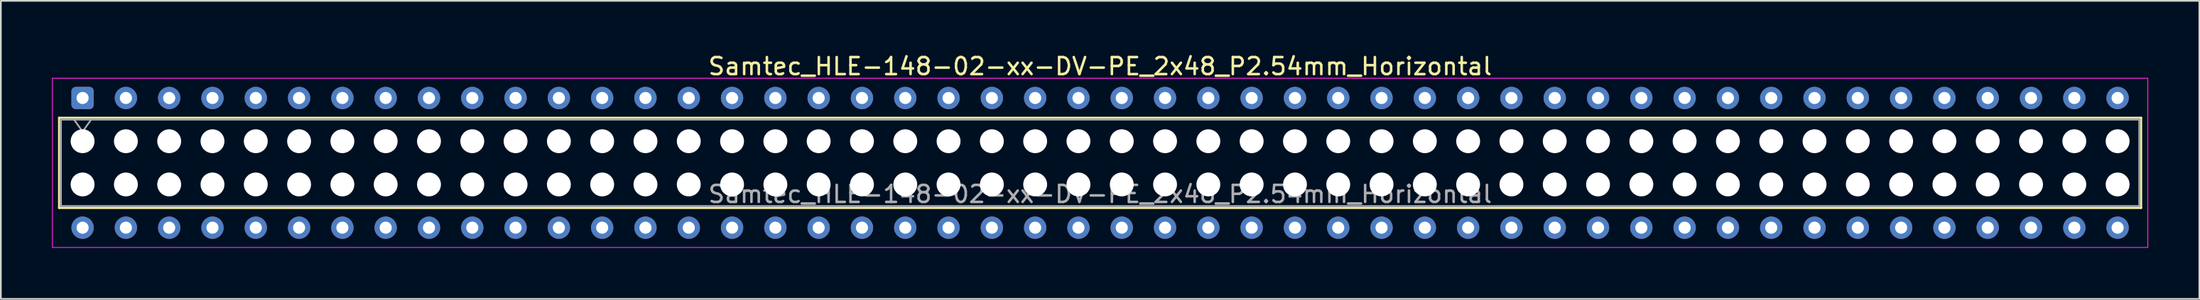
<source format=kicad_pcb>
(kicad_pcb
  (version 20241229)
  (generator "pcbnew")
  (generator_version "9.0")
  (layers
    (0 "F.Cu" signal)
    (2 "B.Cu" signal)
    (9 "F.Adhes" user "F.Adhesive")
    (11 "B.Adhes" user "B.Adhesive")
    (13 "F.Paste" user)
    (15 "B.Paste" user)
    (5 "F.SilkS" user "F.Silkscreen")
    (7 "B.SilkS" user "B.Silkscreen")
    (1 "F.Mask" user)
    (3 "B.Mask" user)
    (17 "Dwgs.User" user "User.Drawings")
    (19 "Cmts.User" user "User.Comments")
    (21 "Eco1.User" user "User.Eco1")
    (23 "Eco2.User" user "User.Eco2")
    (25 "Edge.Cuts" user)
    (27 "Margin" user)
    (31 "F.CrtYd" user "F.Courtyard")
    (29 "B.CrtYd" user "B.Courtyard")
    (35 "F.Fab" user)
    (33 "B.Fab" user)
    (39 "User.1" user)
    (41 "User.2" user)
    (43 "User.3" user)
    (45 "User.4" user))
  (footprint "Samtec_HLE-148-02-xx-DV-PE_2x48_P2.54mm_Horizontal"
    (layer "F.Cu")
    (at 1.795 2.708)
    (property "Reference" "Samtec_HLE-148-02-xx-DV-PE_2x48_P2.54mm_Horizontal" (at 59.69 -1.86 0) (layer "F.SilkS") (effects (font (size 1 1) (thickness 0.15))))
    (attr through_hole)
    (fp_line (start -1.38 1.16) (end 120.76 1.16) (stroke (width 0.12) (type solid)) (layer "F.SilkS"))
    (fp_line (start -1.38 6.46) (end -1.38 1.16) (stroke (width 0.12) (type solid)) (layer "F.SilkS"))
    (fp_line (start 120.76 1.16) (end 120.76 6.46) (stroke (width 0.12) (type solid)) (layer "F.SilkS"))
    (fp_line (start 120.76 6.46) (end -1.38 6.46) (stroke (width 0.12) (type solid)) (layer "F.SilkS"))
    (fp_line (start -1.77 -1.16) (end 121.15 -1.16) (stroke (width 0.05) (type solid)) (layer "F.CrtYd"))
    (fp_line (start -1.77 8.78) (end -1.77 -1.16) (stroke (width 0.05) (type solid)) (layer "F.CrtYd"))
    (fp_line (start 121.15 -1.16) (end 121.15 8.78) (stroke (width 0.05) (type solid)) (layer "F.CrtYd"))
    (fp_line (start 121.15 8.78) (end -1.77 8.78) (stroke (width 0.05) (type solid)) (layer "F.CrtYd"))
    (fp_line (start -1.27 1.27) (end 120.65 1.27) (stroke (width 0.1) (type solid)) (layer "F.Fab"))
    (fp_line (start -1.27 6.35) (end -1.27 1.27) (stroke (width 0.1) (type solid)) (layer "F.Fab"))
    (fp_line (start -0.5 1.27) (end 0 1.977) (stroke (width 0.1) (type solid)) (layer "F.Fab"))
    (fp_line (start 0 1.977) (end 0.5 1.27) (stroke (width 0.1) (type solid)) (layer "F.Fab"))
    (fp_line (start 120.65 1.27) (end 120.65 6.35) (stroke (width 0.1) (type solid)) (layer "F.Fab"))
    (fp_line (start 120.65 6.35) (end -1.27 6.35) (stroke (width 0.1) (type solid)) (layer "F.Fab"))
    (fp_text user "${REFERENCE}" (at 59.69 5.65 0) (layer "F.Fab") (effects (font (size 1 1) (thickness 0.15))))
    (pad "" np_thru_hole circle (at 0 2.54) (size 1.4 1.4) (drill 1.4) (layers "*.Cu" "*.Mask"))
    (pad "" np_thru_hole circle (at 0 5.08) (size 1.4 1.4) (drill 1.4) (layers "*.Cu" "*.Mask"))
    (pad "" np_thru_hole circle (at 2.54 2.54) (size 1.4 1.4) (drill 1.4) (layers "*.Cu" "*.Mask"))
    (pad "" np_thru_hole circle (at 2.54 5.08) (size 1.4 1.4) (drill 1.4) (layers "*.Cu" "*.Mask"))
    (pad "" np_thru_hole circle (at 5.08 2.54) (size 1.4 1.4) (drill 1.4) (layers "*.Cu" "*.Mask"))
    (pad "" np_thru_hole circle (at 5.08 5.08) (size 1.4 1.4) (drill 1.4) (layers "*.Cu" "*.Mask"))
    (pad "" np_thru_hole circle (at 7.62 2.54) (size 1.4 1.4) (drill 1.4) (layers "*.Cu" "*.Mask"))
    (pad "" np_thru_hole circle (at 7.62 5.08) (size 1.4 1.4) (drill 1.4) (layers "*.Cu" "*.Mask"))
    (pad "" np_thru_hole circle (at 10.16 2.54) (size 1.4 1.4) (drill 1.4) (layers "*.Cu" "*.Mask"))
    (pad "" np_thru_hole circle (at 10.16 5.08) (size 1.4 1.4) (drill 1.4) (layers "*.Cu" "*.Mask"))
    (pad "" np_thru_hole circle (at 12.7 2.54) (size 1.4 1.4) (drill 1.4) (layers "*.Cu" "*.Mask"))
    (pad "" np_thru_hole circle (at 12.7 5.08) (size 1.4 1.4) (drill 1.4) (layers "*.Cu" "*.Mask"))
    (pad "" np_thru_hole circle (at 15.24 2.54) (size 1.4 1.4) (drill 1.4) (layers "*.Cu" "*.Mask"))
    (pad "" np_thru_hole circle (at 15.24 5.08) (size 1.4 1.4) (drill 1.4) (layers "*.Cu" "*.Mask"))
    (pad "" np_thru_hole circle (at 17.78 2.54) (size 1.4 1.4) (drill 1.4) (layers "*.Cu" "*.Mask"))
    (pad "" np_thru_hole circle (at 17.78 5.08) (size 1.4 1.4) (drill 1.4) (layers "*.Cu" "*.Mask"))
    (pad "" np_thru_hole circle (at 20.32 2.54) (size 1.4 1.4) (drill 1.4) (layers "*.Cu" "*.Mask"))
    (pad "" np_thru_hole circle (at 20.32 5.08) (size 1.4 1.4) (drill 1.4) (layers "*.Cu" "*.Mask"))
    (pad "" np_thru_hole circle (at 22.86 2.54) (size 1.4 1.4) (drill 1.4) (layers "*.Cu" "*.Mask"))
    (pad "" np_thru_hole circle (at 22.86 5.08) (size 1.4 1.4) (drill 1.4) (layers "*.Cu" "*.Mask"))
    (pad "" np_thru_hole circle (at 25.4 2.54) (size 1.4 1.4) (drill 1.4) (layers "*.Cu" "*.Mask"))
    (pad "" np_thru_hole circle (at 25.4 5.08) (size 1.4 1.4) (drill 1.4) (layers "*.Cu" "*.Mask"))
    (pad "" np_thru_hole circle (at 27.94 2.54) (size 1.4 1.4) (drill 1.4) (layers "*.Cu" "*.Mask"))
    (pad "" np_thru_hole circle (at 27.94 5.08) (size 1.4 1.4) (drill 1.4) (layers "*.Cu" "*.Mask"))
    (pad "" np_thru_hole circle (at 30.48 2.54) (size 1.4 1.4) (drill 1.4) (layers "*.Cu" "*.Mask"))
    (pad "" np_thru_hole circle (at 30.48 5.08) (size 1.4 1.4) (drill 1.4) (layers "*.Cu" "*.Mask"))
    (pad "" np_thru_hole circle (at 33.02 2.54) (size 1.4 1.4) (drill 1.4) (layers "*.Cu" "*.Mask"))
    (pad "" np_thru_hole circle (at 33.02 5.08) (size 1.4 1.4) (drill 1.4) (layers "*.Cu" "*.Mask"))
    (pad "" np_thru_hole circle (at 35.56 2.54) (size 1.4 1.4) (drill 1.4) (layers "*.Cu" "*.Mask"))
    (pad "" np_thru_hole circle (at 35.56 5.08) (size 1.4 1.4) (drill 1.4) (layers "*.Cu" "*.Mask"))
    (pad "" np_thru_hole circle (at 38.1 2.54) (size 1.4 1.4) (drill 1.4) (layers "*.Cu" "*.Mask"))
    (pad "" np_thru_hole circle (at 38.1 5.08) (size 1.4 1.4) (drill 1.4) (layers "*.Cu" "*.Mask"))
    (pad "" np_thru_hole circle (at 40.64 2.54) (size 1.4 1.4) (drill 1.4) (layers "*.Cu" "*.Mask"))
    (pad "" np_thru_hole circle (at 40.64 5.08) (size 1.4 1.4) (drill 1.4) (layers "*.Cu" "*.Mask"))
    (pad "" np_thru_hole circle (at 43.18 2.54) (size 1.4 1.4) (drill 1.4) (layers "*.Cu" "*.Mask"))
    (pad "" np_thru_hole circle (at 43.18 5.08) (size 1.4 1.4) (drill 1.4) (layers "*.Cu" "*.Mask"))
    (pad "" np_thru_hole circle (at 45.72 2.54) (size 1.4 1.4) (drill 1.4) (layers "*.Cu" "*.Mask"))
    (pad "" np_thru_hole circle (at 45.72 5.08) (size 1.4 1.4) (drill 1.4) (layers "*.Cu" "*.Mask"))
    (pad "" np_thru_hole circle (at 48.26 2.54) (size 1.4 1.4) (drill 1.4) (layers "*.Cu" "*.Mask"))
    (pad "" np_thru_hole circle (at 48.26 5.08) (size 1.4 1.4) (drill 1.4) (layers "*.Cu" "*.Mask"))
    (pad "" np_thru_hole circle (at 50.8 2.54) (size 1.4 1.4) (drill 1.4) (layers "*.Cu" "*.Mask"))
    (pad "" np_thru_hole circle (at 50.8 5.08) (size 1.4 1.4) (drill 1.4) (layers "*.Cu" "*.Mask"))
    (pad "" np_thru_hole circle (at 53.34 2.54) (size 1.4 1.4) (drill 1.4) (layers "*.Cu" "*.Mask"))
    (pad "" np_thru_hole circle (at 53.34 5.08) (size 1.4 1.4) (drill 1.4) (layers "*.Cu" "*.Mask"))
    (pad "" np_thru_hole circle (at 55.88 2.54) (size 1.4 1.4) (drill 1.4) (layers "*.Cu" "*.Mask"))
    (pad "" np_thru_hole circle (at 55.88 5.08) (size 1.4 1.4) (drill 1.4) (layers "*.Cu" "*.Mask"))
    (pad "" np_thru_hole circle (at 58.42 2.54) (size 1.4 1.4) (drill 1.4) (layers "*.Cu" "*.Mask"))
    (pad "" np_thru_hole circle (at 58.42 5.08) (size 1.4 1.4) (drill 1.4) (layers "*.Cu" "*.Mask"))
    (pad "" np_thru_hole circle (at 60.96 2.54) (size 1.4 1.4) (drill 1.4) (layers "*.Cu" "*.Mask"))
    (pad "" np_thru_hole circle (at 60.96 5.08) (size 1.4 1.4) (drill 1.4) (layers "*.Cu" "*.Mask"))
    (pad "" np_thru_hole circle (at 63.5 2.54) (size 1.4 1.4) (drill 1.4) (layers "*.Cu" "*.Mask"))
    (pad "" np_thru_hole circle (at 63.5 5.08) (size 1.4 1.4) (drill 1.4) (layers "*.Cu" "*.Mask"))
    (pad "" np_thru_hole circle (at 66.04 2.54) (size 1.4 1.4) (drill 1.4) (layers "*.Cu" "*.Mask"))
    (pad "" np_thru_hole circle (at 66.04 5.08) (size 1.4 1.4) (drill 1.4) (layers "*.Cu" "*.Mask"))
    (pad "" np_thru_hole circle (at 68.58 2.54) (size 1.4 1.4) (drill 1.4) (layers "*.Cu" "*.Mask"))
    (pad "" np_thru_hole circle (at 68.58 5.08) (size 1.4 1.4) (drill 1.4) (layers "*.Cu" "*.Mask"))
    (pad "" np_thru_hole circle (at 71.12 2.54) (size 1.4 1.4) (drill 1.4) (layers "*.Cu" "*.Mask"))
    (pad "" np_thru_hole circle (at 71.12 5.08) (size 1.4 1.4) (drill 1.4) (layers "*.Cu" "*.Mask"))
    (pad "" np_thru_hole circle (at 73.66 2.54) (size 1.4 1.4) (drill 1.4) (layers "*.Cu" "*.Mask"))
    (pad "" np_thru_hole circle (at 73.66 5.08) (size 1.4 1.4) (drill 1.4) (layers "*.Cu" "*.Mask"))
    (pad "" np_thru_hole circle (at 76.2 2.54) (size 1.4 1.4) (drill 1.4) (layers "*.Cu" "*.Mask"))
    (pad "" np_thru_hole circle (at 76.2 5.08) (size 1.4 1.4) (drill 1.4) (layers "*.Cu" "*.Mask"))
    (pad "" np_thru_hole circle (at 78.74 2.54) (size 1.4 1.4) (drill 1.4) (layers "*.Cu" "*.Mask"))
    (pad "" np_thru_hole circle (at 78.74 5.08) (size 1.4 1.4) (drill 1.4) (layers "*.Cu" "*.Mask"))
    (pad "" np_thru_hole circle (at 81.28 2.54) (size 1.4 1.4) (drill 1.4) (layers "*.Cu" "*.Mask"))
    (pad "" np_thru_hole circle (at 81.28 5.08) (size 1.4 1.4) (drill 1.4) (layers "*.Cu" "*.Mask"))
    (pad "" np_thru_hole circle (at 83.82 2.54) (size 1.4 1.4) (drill 1.4) (layers "*.Cu" "*.Mask"))
    (pad "" np_thru_hole circle (at 83.82 5.08) (size 1.4 1.4) (drill 1.4) (layers "*.Cu" "*.Mask"))
    (pad "" np_thru_hole circle (at 86.36 2.54) (size 1.4 1.4) (drill 1.4) (layers "*.Cu" "*.Mask"))
    (pad "" np_thru_hole circle (at 86.36 5.08) (size 1.4 1.4) (drill 1.4) (layers "*.Cu" "*.Mask"))
    (pad "" np_thru_hole circle (at 88.9 2.54) (size 1.4 1.4) (drill 1.4) (layers "*.Cu" "*.Mask"))
    (pad "" np_thru_hole circle (at 88.9 5.08) (size 1.4 1.4) (drill 1.4) (layers "*.Cu" "*.Mask"))
    (pad "" np_thru_hole circle (at 91.44 2.54) (size 1.4 1.4) (drill 1.4) (layers "*.Cu" "*.Mask"))
    (pad "" np_thru_hole circle (at 91.44 5.08) (size 1.4 1.4) (drill 1.4) (layers "*.Cu" "*.Mask"))
    (pad "" np_thru_hole circle (at 93.98 2.54) (size 1.4 1.4) (drill 1.4) (layers "*.Cu" "*.Mask"))
    (pad "" np_thru_hole circle (at 93.98 5.08) (size 1.4 1.4) (drill 1.4) (layers "*.Cu" "*.Mask"))
    (pad "" np_thru_hole circle (at 96.52 2.54) (size 1.4 1.4) (drill 1.4) (layers "*.Cu" "*.Mask"))
    (pad "" np_thru_hole circle (at 96.52 5.08) (size 1.4 1.4) (drill 1.4) (layers "*.Cu" "*.Mask"))
    (pad "" np_thru_hole circle (at 99.06 2.54) (size 1.4 1.4) (drill 1.4) (layers "*.Cu" "*.Mask"))
    (pad "" np_thru_hole circle (at 99.06 5.08) (size 1.4 1.4) (drill 1.4) (layers "*.Cu" "*.Mask"))
    (pad "" np_thru_hole circle (at 101.6 2.54) (size 1.4 1.4) (drill 1.4) (layers "*.Cu" "*.Mask"))
    (pad "" np_thru_hole circle (at 101.6 5.08) (size 1.4 1.4) (drill 1.4) (layers "*.Cu" "*.Mask"))
    (pad "" np_thru_hole circle (at 104.14 2.54) (size 1.4 1.4) (drill 1.4) (layers "*.Cu" "*.Mask"))
    (pad "" np_thru_hole circle (at 104.14 5.08) (size 1.4 1.4) (drill 1.4) (layers "*.Cu" "*.Mask"))
    (pad "" np_thru_hole circle (at 106.68 2.54) (size 1.4 1.4) (drill 1.4) (layers "*.Cu" "*.Mask"))
    (pad "" np_thru_hole circle (at 106.68 5.08) (size 1.4 1.4) (drill 1.4) (layers "*.Cu" "*.Mask"))
    (pad "" np_thru_hole circle (at 109.22 2.54) (size 1.4 1.4) (drill 1.4) (layers "*.Cu" "*.Mask"))
    (pad "" np_thru_hole circle (at 109.22 5.08) (size 1.4 1.4) (drill 1.4) (layers "*.Cu" "*.Mask"))
    (pad "" np_thru_hole circle (at 111.76 2.54) (size 1.4 1.4) (drill 1.4) (layers "*.Cu" "*.Mask"))
    (pad "" np_thru_hole circle (at 111.76 5.08) (size 1.4 1.4) (drill 1.4) (layers "*.Cu" "*.Mask"))
    (pad "" np_thru_hole circle (at 114.3 2.54) (size 1.4 1.4) (drill 1.4) (layers "*.Cu" "*.Mask"))
    (pad "" np_thru_hole circle (at 114.3 5.08) (size 1.4 1.4) (drill 1.4) (layers "*.Cu" "*.Mask"))
    (pad "" np_thru_hole circle (at 116.84 2.54) (size 1.4 1.4) (drill 1.4) (layers "*.Cu" "*.Mask"))
    (pad "" np_thru_hole circle (at 116.84 5.08) (size 1.4 1.4) (drill 1.4) (layers "*.Cu" "*.Mask"))
    (pad "" np_thru_hole circle (at 119.38 2.54) (size 1.4 1.4) (drill 1.4) (layers "*.Cu" "*.Mask"))
    (pad "" np_thru_hole circle (at 119.38 5.08) (size 1.4 1.4) (drill 1.4) (layers "*.Cu" "*.Mask"))
    (pad "1" thru_hole roundrect (at 0 0) (size 1.31 1.31) (drill 0.71) (layers "*.Cu" "*.Mask") (roundrect_rratio 0.191))
    (pad "2" thru_hole circle (at 0 7.62) (size 1.31 1.31) (drill 0.71) (layers "*.Cu" "*.Mask"))
    (pad "3" thru_hole circle (at 2.54 0) (size 1.31 1.31) (drill 0.71) (layers "*.Cu" "*.Mask"))
    (pad "4" thru_hole circle (at 2.54 7.62) (size 1.31 1.31) (drill 0.71) (layers "*.Cu" "*.Mask"))
    (pad "5" thru_hole circle (at 5.08 0) (size 1.31 1.31) (drill 0.71) (layers "*.Cu" "*.Mask"))
    (pad "6" thru_hole circle (at 5.08 7.62) (size 1.31 1.31) (drill 0.71) (layers "*.Cu" "*.Mask"))
    (pad "7" thru_hole circle (at 7.62 0) (size 1.31 1.31) (drill 0.71) (layers "*.Cu" "*.Mask"))
    (pad "8" thru_hole circle (at 7.62 7.62) (size 1.31 1.31) (drill 0.71) (layers "*.Cu" "*.Mask"))
    (pad "9" thru_hole circle (at 10.16 0) (size 1.31 1.31) (drill 0.71) (layers "*.Cu" "*.Mask"))
    (pad "10" thru_hole circle (at 10.16 7.62) (size 1.31 1.31) (drill 0.71) (layers "*.Cu" "*.Mask"))
    (pad "11" thru_hole circle (at 12.7 0) (size 1.31 1.31) (drill 0.71) (layers "*.Cu" "*.Mask"))
    (pad "12" thru_hole circle (at 12.7 7.62) (size 1.31 1.31) (drill 0.71) (layers "*.Cu" "*.Mask"))
    (pad "13" thru_hole circle (at 15.24 0) (size 1.31 1.31) (drill 0.71) (layers "*.Cu" "*.Mask"))
    (pad "14" thru_hole circle (at 15.24 7.62) (size 1.31 1.31) (drill 0.71) (layers "*.Cu" "*.Mask"))
    (pad "15" thru_hole circle (at 17.78 0) (size 1.31 1.31) (drill 0.71) (layers "*.Cu" "*.Mask"))
    (pad "16" thru_hole circle (at 17.78 7.62) (size 1.31 1.31) (drill 0.71) (layers "*.Cu" "*.Mask"))
    (pad "17" thru_hole circle (at 20.32 0) (size 1.31 1.31) (drill 0.71) (layers "*.Cu" "*.Mask"))
    (pad "18" thru_hole circle (at 20.32 7.62) (size 1.31 1.31) (drill 0.71) (layers "*.Cu" "*.Mask"))
    (pad "19" thru_hole circle (at 22.86 0) (size 1.31 1.31) (drill 0.71) (layers "*.Cu" "*.Mask"))
    (pad "20" thru_hole circle (at 22.86 7.62) (size 1.31 1.31) (drill 0.71) (layers "*.Cu" "*.Mask"))
    (pad "21" thru_hole circle (at 25.4 0) (size 1.31 1.31) (drill 0.71) (layers "*.Cu" "*.Mask"))
    (pad "22" thru_hole circle (at 25.4 7.62) (size 1.31 1.31) (drill 0.71) (layers "*.Cu" "*.Mask"))
    (pad "23" thru_hole circle (at 27.94 0) (size 1.31 1.31) (drill 0.71) (layers "*.Cu" "*.Mask"))
    (pad "24" thru_hole circle (at 27.94 7.62) (size 1.31 1.31) (drill 0.71) (layers "*.Cu" "*.Mask"))
    (pad "25" thru_hole circle (at 30.48 0) (size 1.31 1.31) (drill 0.71) (layers "*.Cu" "*.Mask"))
    (pad "26" thru_hole circle (at 30.48 7.62) (size 1.31 1.31) (drill 0.71) (layers "*.Cu" "*.Mask"))
    (pad "27" thru_hole circle (at 33.02 0) (size 1.31 1.31) (drill 0.71) (layers "*.Cu" "*.Mask"))
    (pad "28" thru_hole circle (at 33.02 7.62) (size 1.31 1.31) (drill 0.71) (layers "*.Cu" "*.Mask"))
    (pad "29" thru_hole circle (at 35.56 0) (size 1.31 1.31) (drill 0.71) (layers "*.Cu" "*.Mask"))
    (pad "30" thru_hole circle (at 35.56 7.62) (size 1.31 1.31) (drill 0.71) (layers "*.Cu" "*.Mask"))
    (pad "31" thru_hole circle (at 38.1 0) (size 1.31 1.31) (drill 0.71) (layers "*.Cu" "*.Mask"))
    (pad "32" thru_hole circle (at 38.1 7.62) (size 1.31 1.31) (drill 0.71) (layers "*.Cu" "*.Mask"))
    (pad "33" thru_hole circle (at 40.64 0) (size 1.31 1.31) (drill 0.71) (layers "*.Cu" "*.Mask"))
    (pad "34" thru_hole circle (at 40.64 7.62) (size 1.31 1.31) (drill 0.71) (layers "*.Cu" "*.Mask"))
    (pad "35" thru_hole circle (at 43.18 0) (size 1.31 1.31) (drill 0.71) (layers "*.Cu" "*.Mask"))
    (pad "36" thru_hole circle (at 43.18 7.62) (size 1.31 1.31) (drill 0.71) (layers "*.Cu" "*.Mask"))
    (pad "37" thru_hole circle (at 45.72 0) (size 1.31 1.31) (drill 0.71) (layers "*.Cu" "*.Mask"))
    (pad "38" thru_hole circle (at 45.72 7.62) (size 1.31 1.31) (drill 0.71) (layers "*.Cu" "*.Mask"))
    (pad "39" thru_hole circle (at 48.26 0) (size 1.31 1.31) (drill 0.71) (layers "*.Cu" "*.Mask"))
    (pad "40" thru_hole circle (at 48.26 7.62) (size 1.31 1.31) (drill 0.71) (layers "*.Cu" "*.Mask"))
    (pad "41" thru_hole circle (at 50.8 0) (size 1.31 1.31) (drill 0.71) (layers "*.Cu" "*.Mask"))
    (pad "42" thru_hole circle (at 50.8 7.62) (size 1.31 1.31) (drill 0.71) (layers "*.Cu" "*.Mask"))
    (pad "43" thru_hole circle (at 53.34 0) (size 1.31 1.31) (drill 0.71) (layers "*.Cu" "*.Mask"))
    (pad "44" thru_hole circle (at 53.34 7.62) (size 1.31 1.31) (drill 0.71) (layers "*.Cu" "*.Mask"))
    (pad "45" thru_hole circle (at 55.88 0) (size 1.31 1.31) (drill 0.71) (layers "*.Cu" "*.Mask"))
    (pad "46" thru_hole circle (at 55.88 7.62) (size 1.31 1.31) (drill 0.71) (layers "*.Cu" "*.Mask"))
    (pad "47" thru_hole circle (at 58.42 0) (size 1.31 1.31) (drill 0.71) (layers "*.Cu" "*.Mask"))
    (pad "48" thru_hole circle (at 58.42 7.62) (size 1.31 1.31) (drill 0.71) (layers "*.Cu" "*.Mask"))
    (pad "49" thru_hole circle (at 60.96 0) (size 1.31 1.31) (drill 0.71) (layers "*.Cu" "*.Mask"))
    (pad "50" thru_hole circle (at 60.96 7.62) (size 1.31 1.31) (drill 0.71) (layers "*.Cu" "*.Mask"))
    (pad "51" thru_hole circle (at 63.5 0) (size 1.31 1.31) (drill 0.71) (layers "*.Cu" "*.Mask"))
    (pad "52" thru_hole circle (at 63.5 7.62) (size 1.31 1.31) (drill 0.71) (layers "*.Cu" "*.Mask"))
    (pad "53" thru_hole circle (at 66.04 0) (size 1.31 1.31) (drill 0.71) (layers "*.Cu" "*.Mask"))
    (pad "54" thru_hole circle (at 66.04 7.62) (size 1.31 1.31) (drill 0.71) (layers "*.Cu" "*.Mask"))
    (pad "55" thru_hole circle (at 68.58 0) (size 1.31 1.31) (drill 0.71) (layers "*.Cu" "*.Mask"))
    (pad "56" thru_hole circle (at 68.58 7.62) (size 1.31 1.31) (drill 0.71) (layers "*.Cu" "*.Mask"))
    (pad "57" thru_hole circle (at 71.12 0) (size 1.31 1.31) (drill 0.71) (layers "*.Cu" "*.Mask"))
    (pad "58" thru_hole circle (at 71.12 7.62) (size 1.31 1.31) (drill 0.71) (layers "*.Cu" "*.Mask"))
    (pad "59" thru_hole circle (at 73.66 0) (size 1.31 1.31) (drill 0.71) (layers "*.Cu" "*.Mask"))
    (pad "60" thru_hole circle (at 73.66 7.62) (size 1.31 1.31) (drill 0.71) (layers "*.Cu" "*.Mask"))
    (pad "61" thru_hole circle (at 76.2 0) (size 1.31 1.31) (drill 0.71) (layers "*.Cu" "*.Mask"))
    (pad "62" thru_hole circle (at 76.2 7.62) (size 1.31 1.31) (drill 0.71) (layers "*.Cu" "*.Mask"))
    (pad "63" thru_hole circle (at 78.74 0) (size 1.31 1.31) (drill 0.71) (layers "*.Cu" "*.Mask"))
    (pad "64" thru_hole circle (at 78.74 7.62) (size 1.31 1.31) (drill 0.71) (layers "*.Cu" "*.Mask"))
    (pad "65" thru_hole circle (at 81.28 0) (size 1.31 1.31) (drill 0.71) (layers "*.Cu" "*.Mask"))
    (pad "66" thru_hole circle (at 81.28 7.62) (size 1.31 1.31) (drill 0.71) (layers "*.Cu" "*.Mask"))
    (pad "67" thru_hole circle (at 83.82 0) (size 1.31 1.31) (drill 0.71) (layers "*.Cu" "*.Mask"))
    (pad "68" thru_hole circle (at 83.82 7.62) (size 1.31 1.31) (drill 0.71) (layers "*.Cu" "*.Mask"))
    (pad "69" thru_hole circle (at 86.36 0) (size 1.31 1.31) (drill 0.71) (layers "*.Cu" "*.Mask"))
    (pad "70" thru_hole circle (at 86.36 7.62) (size 1.31 1.31) (drill 0.71) (layers "*.Cu" "*.Mask"))
    (pad "71" thru_hole circle (at 88.9 0) (size 1.31 1.31) (drill 0.71) (layers "*.Cu" "*.Mask"))
    (pad "72" thru_hole circle (at 88.9 7.62) (size 1.31 1.31) (drill 0.71) (layers "*.Cu" "*.Mask"))
    (pad "73" thru_hole circle (at 91.44 0) (size 1.31 1.31) (drill 0.71) (layers "*.Cu" "*.Mask"))
    (pad "74" thru_hole circle (at 91.44 7.62) (size 1.31 1.31) (drill 0.71) (layers "*.Cu" "*.Mask"))
    (pad "75" thru_hole circle (at 93.98 0) (size 1.31 1.31) (drill 0.71) (layers "*.Cu" "*.Mask"))
    (pad "76" thru_hole circle (at 93.98 7.62) (size 1.31 1.31) (drill 0.71) (layers "*.Cu" "*.Mask"))
    (pad "77" thru_hole circle (at 96.52 0) (size 1.31 1.31) (drill 0.71) (layers "*.Cu" "*.Mask"))
    (pad "78" thru_hole circle (at 96.52 7.62) (size 1.31 1.31) (drill 0.71) (layers "*.Cu" "*.Mask"))
    (pad "79" thru_hole circle (at 99.06 0) (size 1.31 1.31) (drill 0.71) (layers "*.Cu" "*.Mask"))
    (pad "80" thru_hole circle (at 99.06 7.62) (size 1.31 1.31) (drill 0.71) (layers "*.Cu" "*.Mask"))
    (pad "81" thru_hole circle (at 101.6 0) (size 1.31 1.31) (drill 0.71) (layers "*.Cu" "*.Mask"))
    (pad "82" thru_hole circle (at 101.6 7.62) (size 1.31 1.31) (drill 0.71) (layers "*.Cu" "*.Mask"))
    (pad "83" thru_hole circle (at 104.14 0) (size 1.31 1.31) (drill 0.71) (layers "*.Cu" "*.Mask"))
    (pad "84" thru_hole circle (at 104.14 7.62) (size 1.31 1.31) (drill 0.71) (layers "*.Cu" "*.Mask"))
    (pad "85" thru_hole circle (at 106.68 0) (size 1.31 1.31) (drill 0.71) (layers "*.Cu" "*.Mask"))
    (pad "86" thru_hole circle (at 106.68 7.62) (size 1.31 1.31) (drill 0.71) (layers "*.Cu" "*.Mask"))
    (pad "87" thru_hole circle (at 109.22 0) (size 1.31 1.31) (drill 0.71) (layers "*.Cu" "*.Mask"))
    (pad "88" thru_hole circle (at 109.22 7.62) (size 1.31 1.31) (drill 0.71) (layers "*.Cu" "*.Mask"))
    (pad "89" thru_hole circle (at 111.76 0) (size 1.31 1.31) (drill 0.71) (layers "*.Cu" "*.Mask"))
    (pad "90" thru_hole circle (at 111.76 7.62) (size 1.31 1.31) (drill 0.71) (layers "*.Cu" "*.Mask"))
    (pad "91" thru_hole circle (at 114.3 0) (size 1.31 1.31) (drill 0.71) (layers "*.Cu" "*.Mask"))
    (pad "92" thru_hole circle (at 114.3 7.62) (size 1.31 1.31) (drill 0.71) (layers "*.Cu" "*.Mask"))
    (pad "93" thru_hole circle (at 116.84 0) (size 1.31 1.31) (drill 0.71) (layers "*.Cu" "*.Mask"))
    (pad "94" thru_hole circle (at 116.84 7.62) (size 1.31 1.31) (drill 0.71) (layers "*.Cu" "*.Mask"))
    (pad "95" thru_hole circle (at 119.38 0) (size 1.31 1.31) (drill 0.71) (layers "*.Cu" "*.Mask"))
    (pad "96" thru_hole circle (at 119.38 7.62) (size 1.31 1.31) (drill 0.71) (layers "*.Cu" "*.Mask")))
  (gr_rect
    (start -3 -3)
    (end 125.97 14.513)
    (stroke (width 0.1) (type default))
    (fill no)
    (layer "Edge.Cuts")))
</source>
